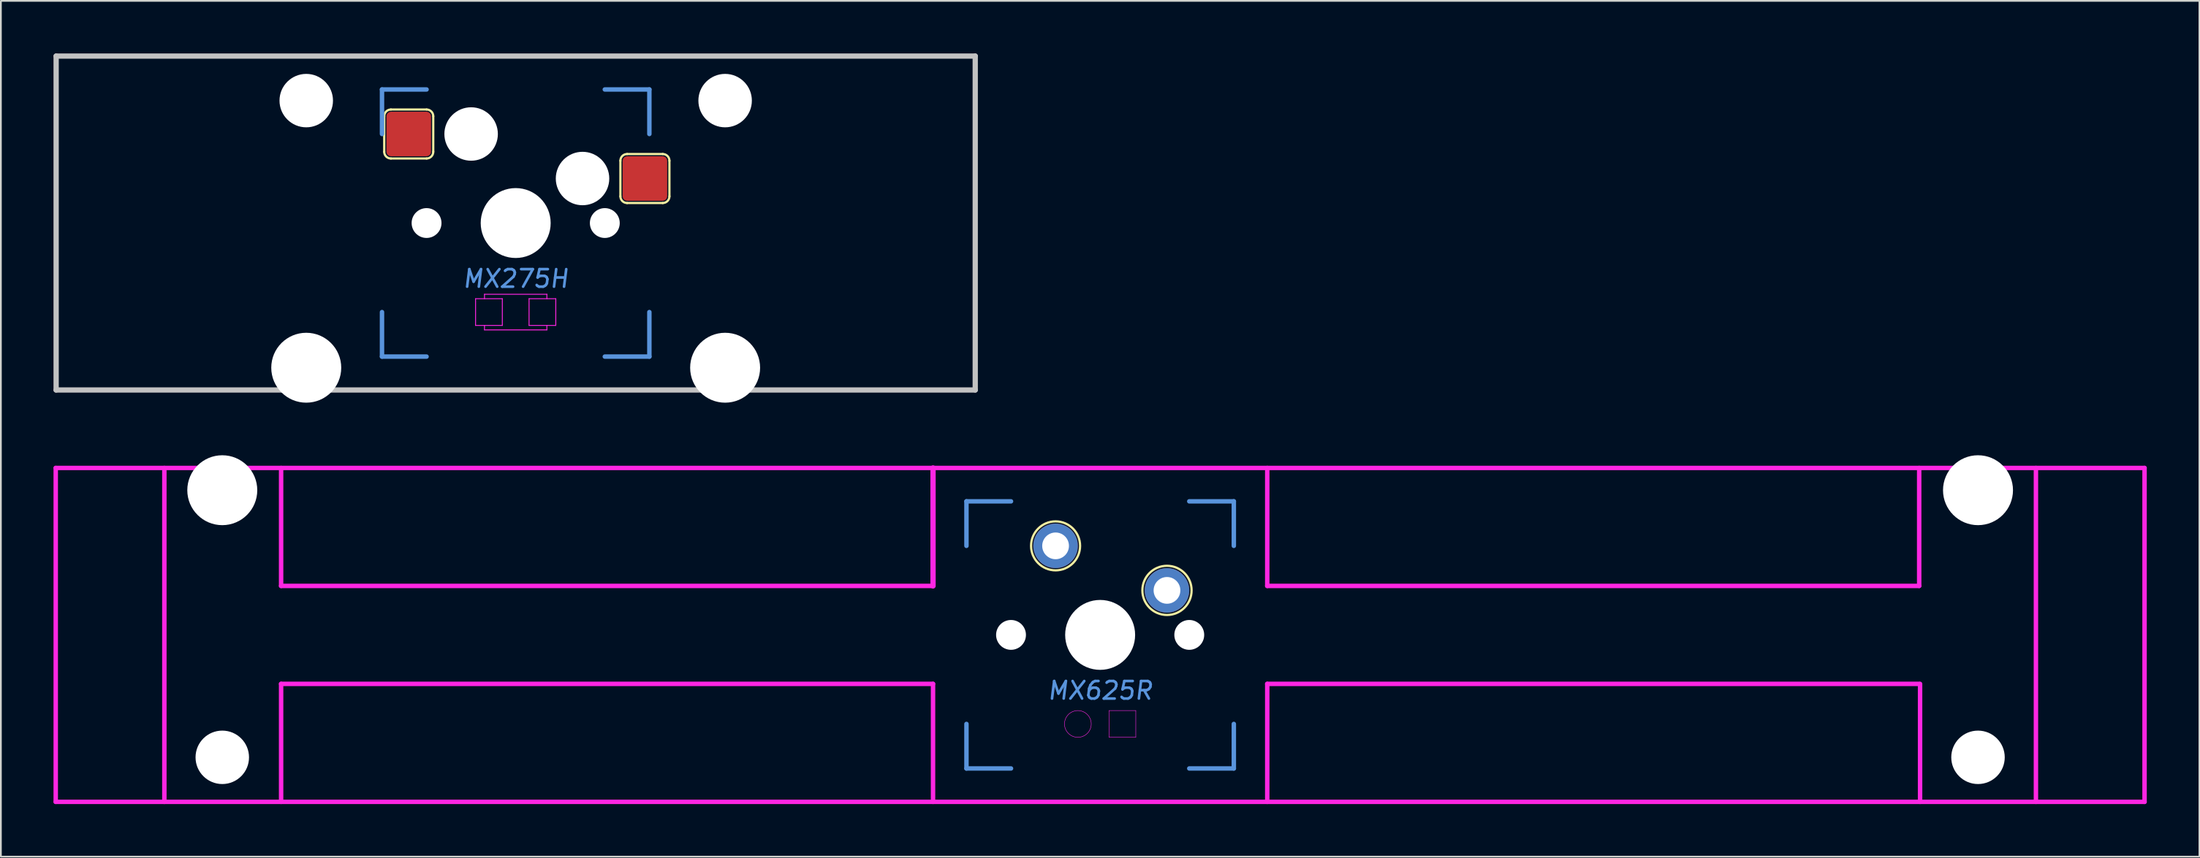
<source format=kicad_pcb>
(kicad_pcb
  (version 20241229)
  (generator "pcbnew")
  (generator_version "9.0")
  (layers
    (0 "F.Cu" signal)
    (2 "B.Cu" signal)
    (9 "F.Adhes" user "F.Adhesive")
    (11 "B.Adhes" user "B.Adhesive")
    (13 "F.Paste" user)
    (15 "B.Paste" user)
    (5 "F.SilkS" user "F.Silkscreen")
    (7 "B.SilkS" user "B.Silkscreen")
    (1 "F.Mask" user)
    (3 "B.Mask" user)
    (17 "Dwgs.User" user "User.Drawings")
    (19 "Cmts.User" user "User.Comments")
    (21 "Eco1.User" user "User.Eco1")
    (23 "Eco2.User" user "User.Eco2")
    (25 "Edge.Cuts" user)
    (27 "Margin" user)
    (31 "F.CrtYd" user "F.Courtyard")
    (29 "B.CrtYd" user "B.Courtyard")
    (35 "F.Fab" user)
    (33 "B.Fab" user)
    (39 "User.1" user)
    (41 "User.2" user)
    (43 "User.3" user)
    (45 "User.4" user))
  (footprint "MX625R"
    (layer "F.Cu")
    (at 59.658 33.173)
    (property "Reference" "MX625R" (at 0 3.175 0) (layer "Cmts.User") (effects (font (size 1 1) (thickness 0.15) (italic yes))))
    (attr through_hole)
    (fp_circle (center -2.54 -5.08) (end -1.143 -5.08) (stroke (width 0.127) (type solid)) (fill no) (layer "F.SilkS"))
    (fp_circle (center 3.81 -2.54) (end 5.207 -2.413) (stroke (width 0.127) (type solid)) (fill no) (layer "F.SilkS"))
    (fp_line (start -7.62 -7.62) (end -7.62 -5.08) (stroke (width 0.254) (type solid)) (layer "Cmts.User"))
    (fp_line (start -7.62 -7.62) (end -5.08 -7.62) (stroke (width 0.254) (type solid)) (layer "Cmts.User"))
    (fp_line (start -7.62 7.62) (end -7.62 5.08) (stroke (width 0.254) (type solid)) (layer "Cmts.User"))
    (fp_line (start -7.62 7.62) (end -5.08 7.62) (stroke (width 0.254) (type solid)) (layer "Cmts.User"))
    (fp_line (start 7.62 -7.62) (end 5.08 -7.62) (stroke (width 0.254) (type solid)) (layer "Cmts.User"))
    (fp_line (start 7.62 -7.62) (end 7.62 -5.08) (stroke (width 0.254) (type solid)) (layer "Cmts.User"))
    (fp_line (start 7.62 7.62) (end 5.08 7.62) (stroke (width 0.254) (type solid)) (layer "Cmts.User"))
    (fp_line (start 7.62 7.62) (end 7.62 5.08) (stroke (width 0.254) (type solid)) (layer "Cmts.User"))
    (fp_line (start -59.531 -9.525) (end -59.531 9.525) (stroke (width 0.254) (type solid)) (layer "F.CrtYd"))
    (fp_line (start -59.531 -9.525) (end 59.531 -9.525) (stroke (width 0.254) (type solid)) (layer "F.CrtYd"))
    (fp_line (start -59.531 9.525) (end 59.531 9.525) (stroke (width 0.254) (type solid)) (layer "F.CrtYd"))
    (fp_line (start -53.34 -9.525) (end -53.34 9.525) (stroke (width 0.254) (type solid)) (layer "F.CrtYd"))
    (fp_line (start -46.685 -9.525) (end -46.685 -2.794) (stroke (width 0.254) (type solid)) (layer "F.CrtYd"))
    (fp_line (start -46.685 -2.794) (end -9.525 -2.794) (stroke (width 0.254) (type solid)) (layer "F.CrtYd"))
    (fp_line (start -46.685 2.794) (end -46.685 9.525) (stroke (width 0.254) (type solid)) (layer "F.CrtYd"))
    (fp_line (start -46.685 2.794) (end -9.525 2.794) (stroke (width 0.254) (type solid)) (layer "F.CrtYd"))
    (fp_line (start -9.525 -9.525) (end -9.525 -2.794) (stroke (width 0.3) (type solid)) (layer "F.CrtYd"))
    (fp_line (start -9.525 2.794) (end -9.525 9.525) (stroke (width 0.254) (type solid)) (layer "F.CrtYd"))
    (fp_line (start 0.508 4.318) (end 2.032 4.318) (stroke (width 0.025) (type solid)) (layer "F.CrtYd"))
    (fp_line (start 0.508 5.842) (end 0.508 4.318) (stroke (width 0.025) (type solid)) (layer "F.CrtYd"))
    (fp_line (start 2.032 4.318) (end 2.032 5.842) (stroke (width 0.025) (type solid)) (layer "F.CrtYd"))
    (fp_line (start 2.032 5.842) (end 0.508 5.842) (stroke (width 0.025) (type solid)) (layer "F.CrtYd"))
    (fp_line (start 9.525 -9.525) (end 9.525 -2.794) (stroke (width 0.254) (type solid)) (layer "F.CrtYd"))
    (fp_line (start 9.525 -2.794) (end 46.685 -2.794) (stroke (width 0.254) (type solid)) (layer "F.CrtYd"))
    (fp_line (start 9.525 2.794) (end 9.525 9.525) (stroke (width 0.254) (type solid)) (layer "F.CrtYd"))
    (fp_line (start 9.525 2.794) (end 46.685 2.794) (stroke (width 0.254) (type solid)) (layer "F.CrtYd"))
    (fp_line (start 46.685 -9.525) (end 46.685 -2.794) (stroke (width 0.254) (type solid)) (layer "F.CrtYd"))
    (fp_line (start 46.736 2.794) (end 46.736 9.525) (stroke (width 0.254) (type solid)) (layer "F.CrtYd"))
    (fp_line (start 53.34 -9.525) (end 53.34 9.525) (stroke (width 0.254) (type solid)) (layer "F.CrtYd"))
    (fp_line (start 59.531 -9.525) (end 59.531 9.525) (stroke (width 0.254) (type solid)) (layer "F.CrtYd"))
    (fp_circle (center -1.27 5.08) (end -0.508 5.08) (stroke (width 0.025) (type solid)) (fill no) (layer "F.CrtYd"))
    (pad "" np_thru_hole circle (at -50.038 -8.255) (size 3.988 3.988) (drill 3.988) (layers "*.Cu" "*.Mask"))
    (pad "" np_thru_hole circle (at -50.038 6.985) (size 3.048 3.048) (drill 3.048) (layers "*.Cu" "*.Mask"))
    (pad "" np_thru_hole circle (at -5.08 0) (size 1.702 1.702) (drill 1.702) (layers "*.Cu" "*.Mask"))
    (pad "" np_thru_hole circle (at 0 0) (size 3.988 3.988) (drill 3.988) (layers "*.Cu" "*.Mask"))
    (pad "" np_thru_hole circle (at 5.08 0) (size 1.702 1.702) (drill 1.702) (layers "*.Cu" "*.Mask"))
    (pad "" np_thru_hole circle (at 50.038 -8.255) (size 3.988 3.988) (drill 3.988) (layers "*.Cu" "*.Mask"))
    (pad "" np_thru_hole circle (at 50.038 6.985) (size 3.048 3.048) (drill 3.048) (layers "*.Cu" "*.Mask"))
    (pad "1" thru_hole circle (at -2.54 -5.08) (size 2.54 2.54) (drill 1.524) (layers "*.Cu" "*.Mask"))
    (pad "2" thru_hole circle (at 3.81 -2.54) (size 2.54 2.54) (drill 1.524) (layers "*.Cu" "*.Mask")))
  (footprint "MX275H"
    (layer "F.Cu")
    (at 26.344 9.675)
    (property "Reference" "MX275H" (at 0 3.175 0) (layer "Cmts.User") (effects (font (size 1 1) (thickness 0.15) (italic yes))))
    (attr through_hole)
    (fp_line (start -7.493 -6.096) (end -7.493 -4.064) (stroke (width 0.127) (type solid)) (layer "F.SilkS"))
    (fp_line (start -7.112 -3.683) (end -5.08 -3.683) (stroke (width 0.127) (type solid)) (layer "F.SilkS"))
    (fp_line (start -5.08 -6.477) (end -7.112 -6.477) (stroke (width 0.127) (type solid)) (layer "F.SilkS"))
    (fp_line (start -4.699 -4.064) (end -4.699 -6.096) (stroke (width 0.127) (type solid)) (layer "F.SilkS"))
    (fp_line (start 5.969 -3.556) (end 5.969 -1.524) (stroke (width 0.127) (type solid)) (layer "F.SilkS"))
    (fp_line (start 6.35 -1.143) (end 8.382 -1.143) (stroke (width 0.127) (type solid)) (layer "F.SilkS"))
    (fp_line (start 8.382 -3.937) (end 6.35 -3.937) (stroke (width 0.127) (type solid)) (layer "F.SilkS"))
    (fp_line (start 8.763 -1.524) (end 8.763 -3.556) (stroke (width 0.127) (type solid)) (layer "F.SilkS"))
    (fp_arc (start -7.493 -6.096) (mid -7.381408 -6.365408) (end -7.112 -6.477) (stroke (width 0.127) (type solid)) (layer "F.SilkS"))
    (fp_arc (start -7.112 -3.683) (mid -7.381408 -3.794592) (end -7.493 -4.064) (stroke (width 0.127) (type solid)) (layer "F.SilkS"))
    (fp_arc (start -5.08 -6.477) (mid -4.810592 -6.365408) (end -4.699 -6.096) (stroke (width 0.127) (type solid)) (layer "F.SilkS"))
    (fp_arc (start -4.699 -4.064) (mid -4.810592 -3.794592) (end -5.08 -3.683) (stroke (width 0.127) (type solid)) (layer "F.SilkS"))
    (fp_arc (start 5.969 -3.556) (mid 6.080592 -3.825408) (end 6.35 -3.937) (stroke (width 0.127) (type solid)) (layer "F.SilkS"))
    (fp_arc (start 6.35 -1.143) (mid 6.080592 -1.254592) (end 5.969 -1.524) (stroke (width 0.127) (type solid)) (layer "F.SilkS"))
    (fp_arc (start 8.382 -3.937) (mid 8.651408 -3.825408) (end 8.763 -3.556) (stroke (width 0.127) (type solid)) (layer "F.SilkS"))
    (fp_arc (start 8.763 -1.524) (mid 8.651408 -1.254592) (end 8.382 -1.143) (stroke (width 0.127) (type solid)) (layer "F.SilkS"))
    (fp_line (start -26.194 -9.525) (end -26.194 9.525) (stroke (width 0.3) (type solid)) (layer "Dwgs.User"))
    (fp_line (start -26.194 -9.525) (end 26.194 -9.525) (stroke (width 0.3) (type solid)) (layer "Dwgs.User"))
    (fp_line (start -26.194 9.525) (end 26.194 9.525) (stroke (width 0.3) (type solid)) (layer "Dwgs.User"))
    (fp_line (start 26.194 -9.525) (end 26.194 9.525) (stroke (width 0.3) (type solid)) (layer "Dwgs.User"))
    (fp_line (start -7.62 -7.62) (end -7.62 -5.08) (stroke (width 0.254) (type solid)) (layer "Cmts.User"))
    (fp_line (start -7.62 -7.62) (end -5.08 -7.62) (stroke (width 0.254) (type solid)) (layer "Cmts.User"))
    (fp_line (start -7.62 7.62) (end -7.62 5.08) (stroke (width 0.254) (type solid)) (layer "Cmts.User"))
    (fp_line (start -7.62 7.62) (end -5.08 7.62) (stroke (width 0.254) (type solid)) (layer "Cmts.User"))
    (fp_line (start 7.62 -7.62) (end 5.08 -7.62) (stroke (width 0.254) (type solid)) (layer "Cmts.User"))
    (fp_line (start 7.62 -7.62) (end 7.62 -5.08) (stroke (width 0.254) (type solid)) (layer "Cmts.User"))
    (fp_line (start 7.62 7.62) (end 5.08 7.62) (stroke (width 0.254) (type solid)) (layer "Cmts.User"))
    (fp_line (start 7.62 7.62) (end 7.62 5.08) (stroke (width 0.254) (type solid)) (layer "Cmts.User"))
    (fp_line (start -2.286 4.318) (end -2.286 5.842) (stroke (width 0.051) (type solid)) (layer "F.CrtYd"))
    (fp_line (start -2.286 5.842) (end -0.762 5.842) (stroke (width 0.051) (type solid)) (layer "F.CrtYd"))
    (fp_line (start -1.778 4.064) (end -1.778 4.318) (stroke (width 0.051) (type solid)) (layer "F.CrtYd"))
    (fp_line (start -1.778 5.842) (end -1.778 6.096) (stroke (width 0.051) (type solid)) (layer "F.CrtYd"))
    (fp_line (start -1.778 6.096) (end 1.778 6.096) (stroke (width 0.051) (type solid)) (layer "F.CrtYd"))
    (fp_line (start -0.762 4.318) (end -2.286 4.318) (stroke (width 0.051) (type solid)) (layer "F.CrtYd"))
    (fp_line (start -0.762 5.842) (end -0.762 4.318) (stroke (width 0.051) (type solid)) (layer "F.CrtYd"))
    (fp_line (start 0.762 4.318) (end 0.762 5.842) (stroke (width 0.051) (type solid)) (layer "F.CrtYd"))
    (fp_line (start 0.762 5.842) (end 2.286 5.842) (stroke (width 0.051) (type solid)) (layer "F.CrtYd"))
    (fp_line (start 1.778 4.064) (end -1.778 4.064) (stroke (width 0.051) (type solid)) (layer "F.CrtYd"))
    (fp_line (start 1.778 4.318) (end 1.778 4.064) (stroke (width 0.051) (type solid)) (layer "F.CrtYd"))
    (fp_line (start 1.778 6.096) (end 1.778 5.842) (stroke (width 0.051) (type solid)) (layer "F.CrtYd"))
    (fp_line (start 2.286 4.318) (end 0.762 4.318) (stroke (width 0.051) (type solid)) (layer "F.CrtYd"))
    (fp_line (start 2.286 5.842) (end 2.286 4.318) (stroke (width 0.051) (type solid)) (layer "F.CrtYd"))
    (pad "" np_thru_hole circle (at -11.938 -6.985) (size 3.048 3.048) (drill 3.048) (layers "*.Cu" "*.Mask"))
    (pad "" np_thru_hole circle (at -11.938 8.255) (size 3.988 3.988) (drill 3.988) (layers "*.Cu" "*.Mask"))
    (pad "" np_thru_hole circle (at -5.08 0) (size 1.702 1.702) (drill 1.702) (layers "*.Cu" "*.Mask"))
    (pad "" np_thru_hole circle (at -2.54 -5.08) (size 3.048 3.048) (drill 3.048) (layers "*.Cu" "*.Mask"))
    (pad "" np_thru_hole circle (at 0 0) (size 3.988 3.988) (drill 3.988) (layers "*.Cu" "*.Mask"))
    (pad "" np_thru_hole circle (at 3.81 -2.54) (size 3.048 3.048) (drill 3.048) (layers "*.Cu" "*.Mask"))
    (pad "" np_thru_hole circle (at 5.08 0) (size 1.702 1.702) (drill 1.702) (layers "*.Cu" "*.Mask"))
    (pad "" np_thru_hole circle (at 11.938 -6.985) (size 3.048 3.048) (drill 3.048) (layers "*.Cu" "*.Mask"))
    (pad "" np_thru_hole circle (at 11.938 8.255) (size 3.988 3.988) (drill 3.988) (layers "*.Cu" "*.Mask"))
    (pad "1" smd roundrect (at -6.096 -5.08) (size 2.54 2.54) (layers "F.Cu" "F.Mask" "F.Paste") (roundrect_rratio 0.1))
    (pad "2" smd roundrect (at 7.366 -2.54) (size 2.54 2.54) (layers "F.Cu" "F.Mask" "F.Paste") (roundrect_rratio 0.1)))
  (gr_rect
    (start -3 -3)
    (end 122.317 45.825)
    (stroke (width 0.1) (type default))
    (fill no)
    (layer "Edge.Cuts")))
</source>
